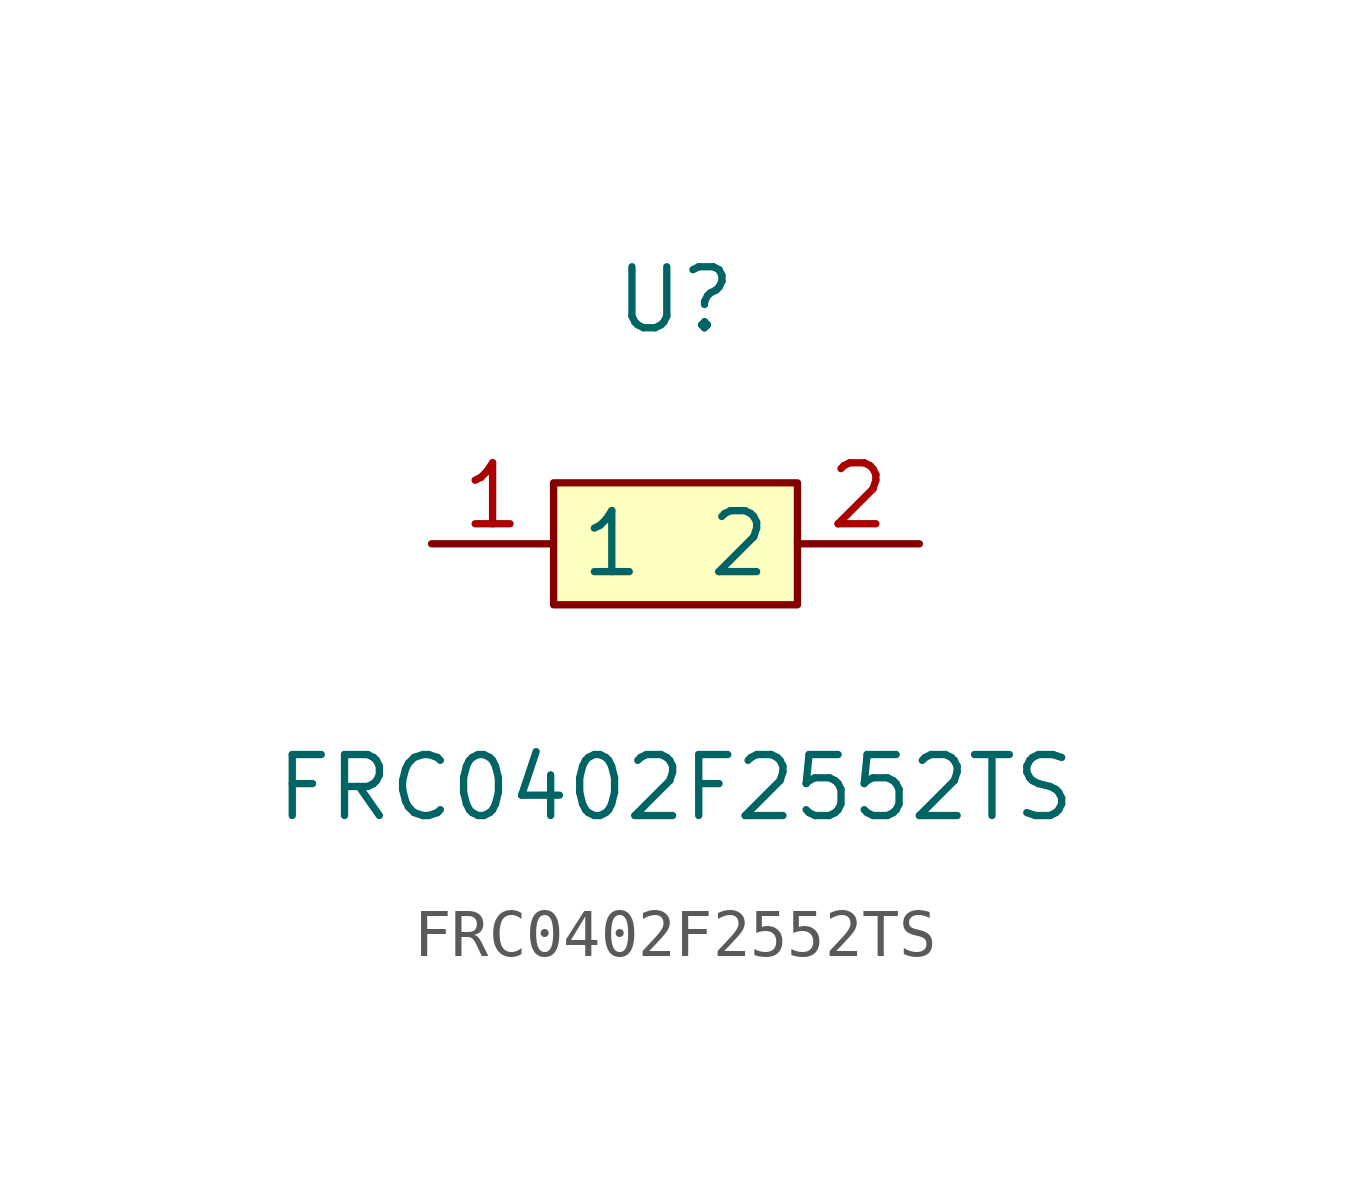
<source format=kicad_sym>
(kicad_symbol_lib
  (version 1)
  (generator "faebryk")
  (symbol "FRC0402F2552TS"
    (property "Reference" "U"
      (at 0 5.08 0)
      (effects (font (size 1.27 1.27)) (hide no)))
    (property "Value" "FRC0402F2552TS"
      (at 0 -5.08 0)
      (effects (font (size 1.27 1.27)) (hide no)))
    (symbol "FRC0402F2552TS_0_1"
      (rectangle (start -2.54 1.27) (end 2.54 -1.27) (stroke (width 0) (type default) (color 0 0 0 0)) (fill (type background)))
      (pin unspecified line (at 5.08 0 180) (length 2.54) (name "2" (effects (font (size 1.27 1.27)) (hide no))) (number "2" (effects (font (size 1.27 1.27)) (hide no))))
      (pin unspecified line (at -5.08 0 0) (length 2.54) (name "1" (effects (font (size 1.27 1.27)) (hide no))) (number "1" (effects (font (size 1.27 1.27)) (hide no)))))))
</source>
